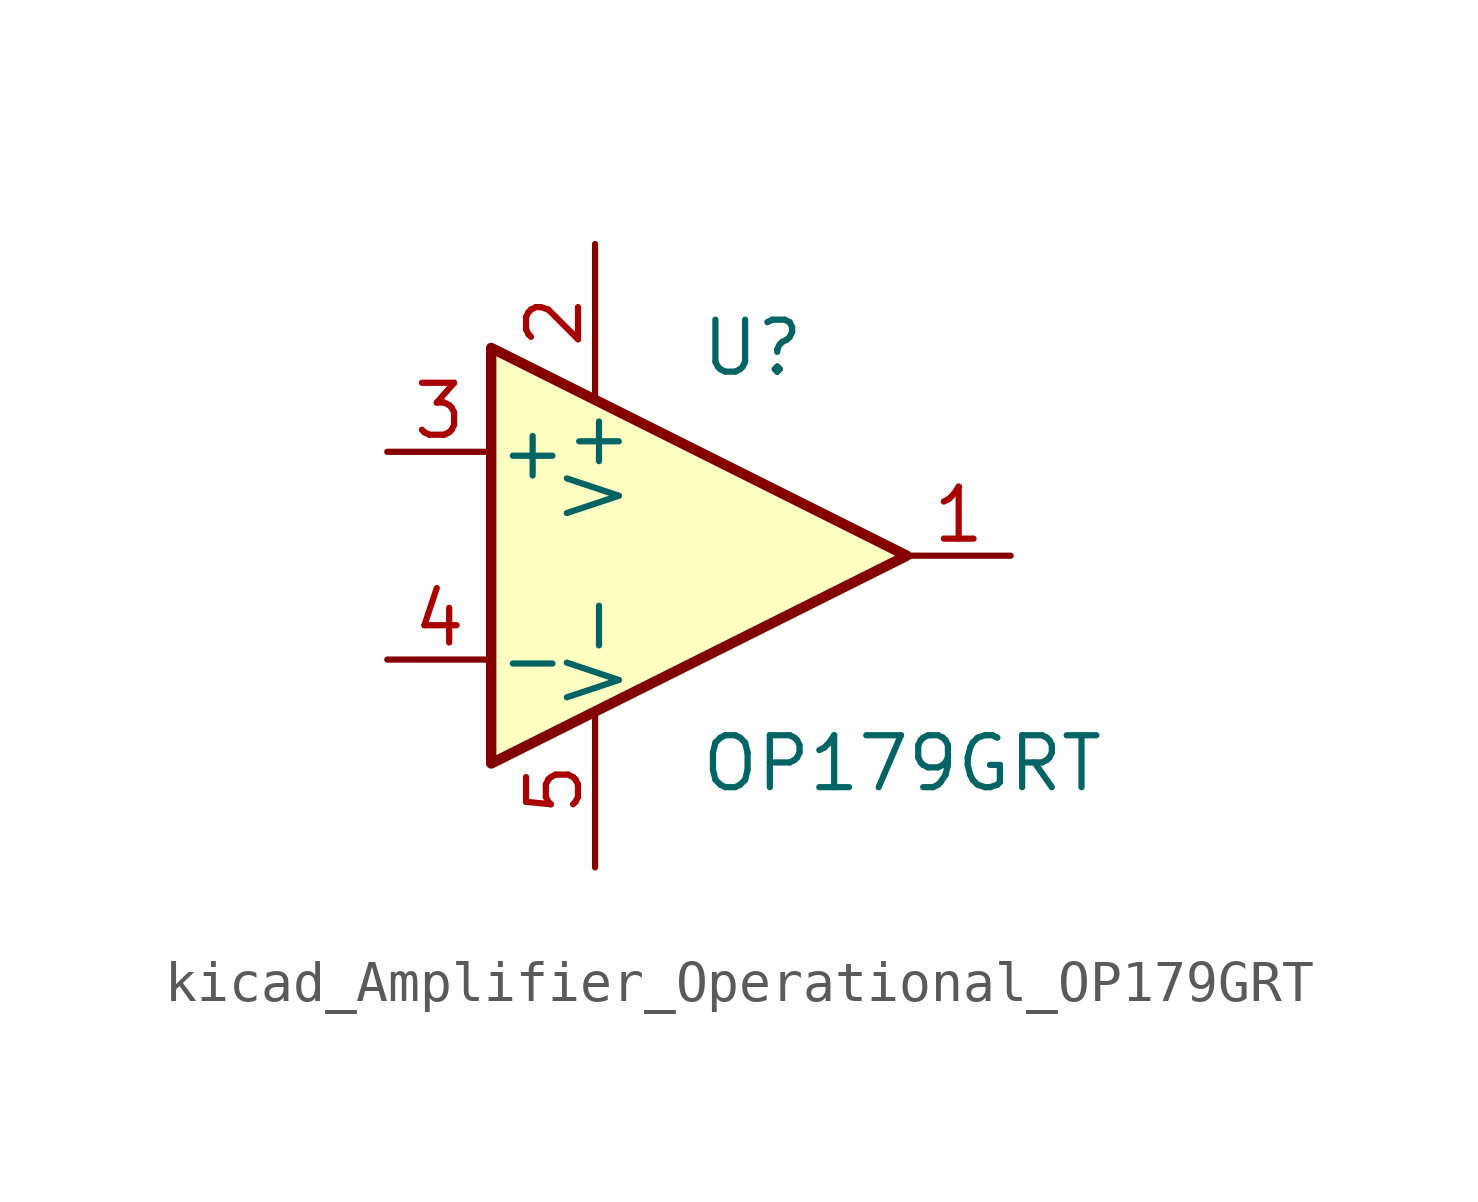
<source format=kicad_sym>
(kicad_symbol_lib
  (version 20220914)
  (generator kicad_symbol_editor)
  (symbol "kicad_Amplifier_Operational_OP179GRT"
    (pin_names
      (offset 0.127))
    (property "Reference" "U"
      (at 0 5.08 0)
      (effects (font (size 1.27 1.27)) (justify left)))
    (property "Value" "OP179GRT"
      (at 0 -5.08 0)
      (effects (font (size 1.27 1.27)) (justify left)))
    (symbol "kicad_Amplifier_Operational_OP179GRT_0_1"
      (polyline (pts (xy -5.08 5.08) (xy 5.08 0) (xy -5.08 -5.08) (xy -5.08 5.08)) (stroke (width 0.254) (type default)) (fill (type background)))
      (pin power_in line (at -2.54 7.62 270) (length 3.81) (name "V+" (effects (font (size 1.27 1.27)))) (number "2" (effects (font (size 1.27 1.27)))))
      (pin power_in line (at -2.54 -7.62 90) (length 3.81) (name "V-" (effects (font (size 1.27 1.27)))) (number "5" (effects (font (size 1.27 1.27))))))
    (symbol "kicad_Amplifier_Operational_OP179GRT_1_1"
      (pin output line (at 7.62 0 180) (length 2.54) (name "~" (effects (font (size 1.27 1.27)))) (number "1" (effects (font (size 1.27 1.27)))))
      (pin input line (at -7.62 2.54 0) (length 2.54) (name "+" (effects (font (size 1.27 1.27)))) (number "3" (effects (font (size 1.27 1.27)))))
      (pin input line (at -7.62 -2.54 0) (length 2.54) (name "-" (effects (font (size 1.27 1.27)))) (number "4" (effects (font (size 1.27 1.27))))))))
</source>
